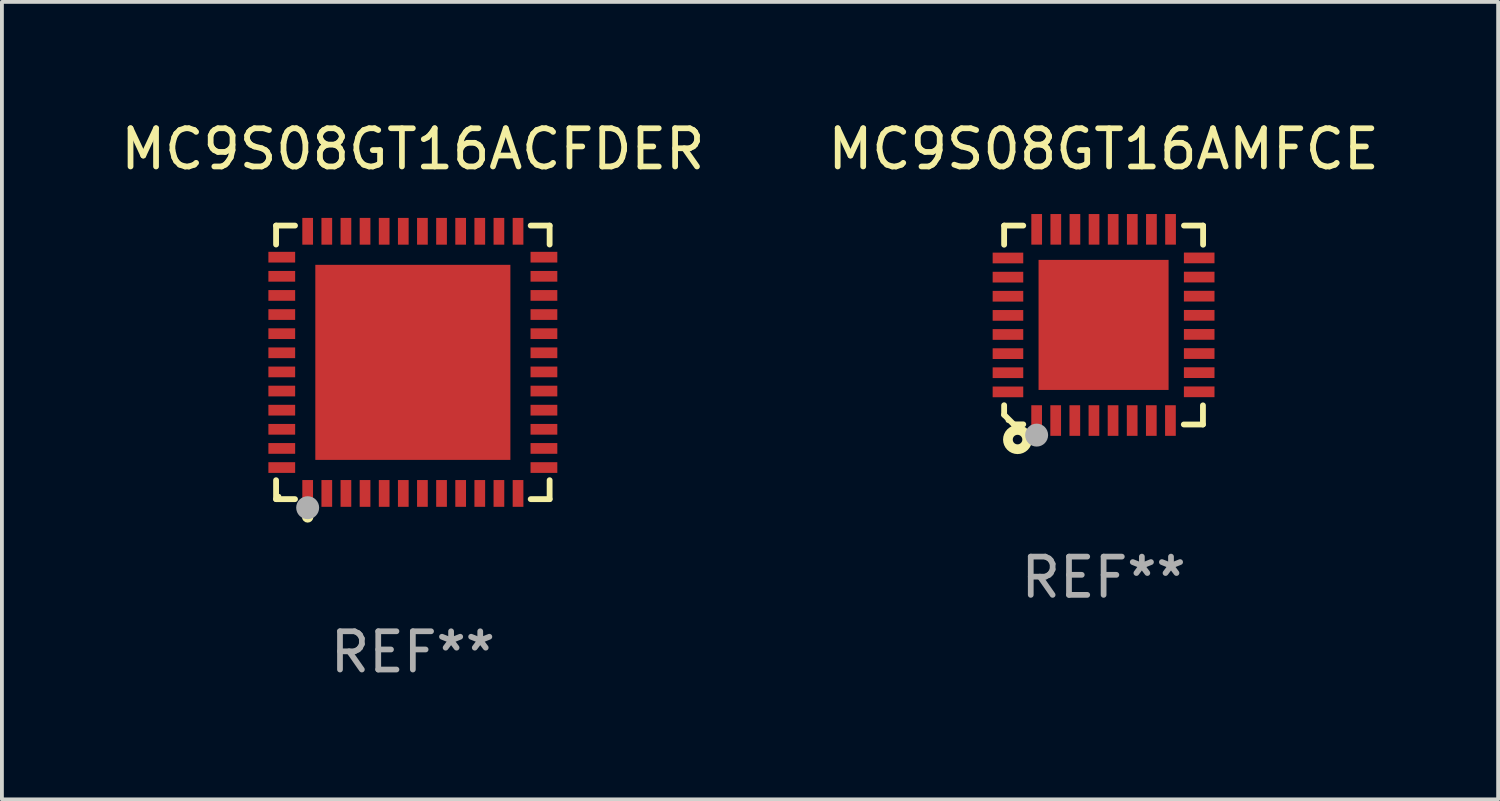
<source format=kicad_pcb>
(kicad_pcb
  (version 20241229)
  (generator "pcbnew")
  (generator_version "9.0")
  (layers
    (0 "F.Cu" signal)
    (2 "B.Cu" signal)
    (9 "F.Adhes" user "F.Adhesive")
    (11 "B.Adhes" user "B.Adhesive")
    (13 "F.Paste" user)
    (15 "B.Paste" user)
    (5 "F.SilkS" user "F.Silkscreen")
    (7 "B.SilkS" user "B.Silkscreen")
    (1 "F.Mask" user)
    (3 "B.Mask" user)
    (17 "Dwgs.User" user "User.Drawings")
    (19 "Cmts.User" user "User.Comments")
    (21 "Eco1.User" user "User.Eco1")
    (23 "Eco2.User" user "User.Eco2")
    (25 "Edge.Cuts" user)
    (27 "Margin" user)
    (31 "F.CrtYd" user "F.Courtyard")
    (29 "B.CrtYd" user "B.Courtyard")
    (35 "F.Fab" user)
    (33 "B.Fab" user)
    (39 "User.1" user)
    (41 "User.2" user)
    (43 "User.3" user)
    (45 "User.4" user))
  (footprint "MC9S08GT16AMFCE"
    (layer "F.Cu")
    (at 25.804 5.448)
    (property "Reference" "MC9S08GT16AMFCE" (at 0 -4.6 0) (layer "F.SilkS") (effects (font (size 1 1) (thickness 0.15))))
    (attr through_hole)
    (fp_line (start -2.601 2.097) (end -2.601 2.347) (stroke (width 0.152) (type solid)) (layer "F.SilkS"))
    (fp_line (start -2.601 2.347) (end -2.351 2.597) (stroke (width 0.152) (type solid)) (layer "F.SilkS"))
    (fp_line (start -2.601 -2.6) (end -2.601 -2.1) (stroke (width 0.152) (type solid)) (layer "F.SilkS"))
    (fp_line (start -2.601 -2.6) (end -2.101 -2.6) (stroke (width 0.152) (type solid)) (layer "F.SilkS"))
    (fp_line (start -2.351 2.597) (end -2.101 2.597) (stroke (width 0.152) (type solid)) (layer "F.SilkS"))
    (fp_line (start 2.597 2.6) (end 2.097 2.6) (stroke (width 0.152) (type solid)) (layer "F.SilkS"))
    (fp_line (start 2.597 2.6) (end 2.597 2.1) (stroke (width 0.152) (type solid)) (layer "F.SilkS"))
    (fp_line (start 2.601 -2.6) (end 2.101 -2.6) (stroke (width 0.152) (type solid)) (layer "F.SilkS"))
    (fp_line (start 2.601 -2.6) (end 2.601 -2.1) (stroke (width 0.152) (type solid)) (layer "F.SilkS"))
    (fp_circle (center -2.501 2.497) (end -2.471 2.497) (stroke (width 0.06) (type solid)) (fill no) (layer "F.SilkS"))
    (fp_circle (center -2.25 2.995) (end -2.125 2.995) (stroke (width 0.254) (type solid)) (fill no) (layer "F.SilkS"))
    (fp_circle (center -1.751 2.878) (end -1.601 2.878) (stroke (width 0.3) (type solid)) (fill no) (layer "F.Fab"))
    (fp_text user "REF**" (at 0 6.6 0) (layer "F.Fab") (effects (font (size 1 1) (thickness 0.15))))
    (pad "1" smd rect (at -1.751 2.497) (size 0.28 0.8) (layers "F.Cu" "F.Mask" "F.Paste"))
    (pad "2" smd rect (at -1.253 2.497) (size 0.28 0.8) (layers "F.Cu" "F.Mask" "F.Paste"))
    (pad "3" smd rect (at -0.753 2.497) (size 0.28 0.8) (layers "F.Cu" "F.Mask" "F.Paste"))
    (pad "4" smd rect (at -0.253 2.497) (size 0.28 0.8) (layers "F.Cu" "F.Mask" "F.Paste"))
    (pad "5" smd rect (at 0.247 2.497) (size 0.28 0.8) (layers "F.Cu" "F.Mask" "F.Paste"))
    (pad "6" smd rect (at 0.747 2.497) (size 0.28 0.8) (layers "F.Cu" "F.Mask" "F.Paste"))
    (pad "7" smd rect (at 1.247 2.497) (size 0.28 0.8) (layers "F.Cu" "F.Mask" "F.Paste"))
    (pad "8" smd rect (at 1.747 2.497) (size 0.28 0.8) (layers "F.Cu" "F.Mask" "F.Paste"))
    (pad "9" smd rect (at 2.499 1.746) (size 0.8 0.28) (layers "F.Cu" "F.Mask" "F.Paste"))
    (pad "10" smd rect (at 2.499 1.245) (size 0.8 0.28) (layers "F.Cu" "F.Mask" "F.Paste"))
    (pad "11" smd rect (at 2.499 0.746) (size 0.8 0.28) (layers "F.Cu" "F.Mask" "F.Paste"))
    (pad "12" smd rect (at 2.499 0.245) (size 0.8 0.28) (layers "F.Cu" "F.Mask" "F.Paste"))
    (pad "13" smd rect (at 2.499 -0.254) (size 0.8 0.28) (layers "F.Cu" "F.Mask" "F.Paste"))
    (pad "14" smd rect (at 2.499 -0.755) (size 0.8 0.28) (layers "F.Cu" "F.Mask" "F.Paste"))
    (pad "15" smd rect (at 2.499 -1.254) (size 0.8 0.28) (layers "F.Cu" "F.Mask" "F.Paste"))
    (pad "16" smd rect (at 2.499 -1.755) (size 0.8 0.28) (layers "F.Cu" "F.Mask" "F.Paste"))
    (pad "17" smd rect (at 1.75 -2.502) (size 0.28 0.8) (layers "F.Cu" "F.Mask" "F.Paste"))
    (pad "18" smd rect (at 1.25 -2.502) (size 0.28 0.8) (layers "F.Cu" "F.Mask" "F.Paste"))
    (pad "19" smd rect (at 0.75 -2.502) (size 0.28 0.8) (layers "F.Cu" "F.Mask" "F.Paste"))
    (pad "20" smd rect (at 0.25 -2.502) (size 0.28 0.8) (layers "F.Cu" "F.Mask" "F.Paste"))
    (pad "21" smd rect (at -0.25 -2.502) (size 0.28 0.8) (layers "F.Cu" "F.Mask" "F.Paste"))
    (pad "22" smd rect (at -0.75 -2.502) (size 0.28 0.8) (layers "F.Cu" "F.Mask" "F.Paste"))
    (pad "23" smd rect (at -1.25 -2.502) (size 0.28 0.8) (layers "F.Cu" "F.Mask" "F.Paste"))
    (pad "24" smd rect (at -1.75 -2.502) (size 0.28 0.8) (layers "F.Cu" "F.Mask" "F.Paste"))
    (pad "25" smd rect (at -2.501 -1.753) (size 0.8 0.28) (layers "F.Cu" "F.Mask" "F.Paste"))
    (pad "26" smd rect (at -2.501 -1.252) (size 0.8 0.28) (layers "F.Cu" "F.Mask" "F.Paste"))
    (pad "27" smd rect (at -2.501 -0.753) (size 0.8 0.28) (layers "F.Cu" "F.Mask" "F.Paste"))
    (pad "28" smd rect (at -2.501 -0.252) (size 0.8 0.28) (layers "F.Cu" "F.Mask" "F.Paste"))
    (pad "29" smd rect (at -2.501 0.247) (size 0.8 0.28) (layers "F.Cu" "F.Mask" "F.Paste"))
    (pad "30" smd rect (at -2.501 0.748) (size 0.8 0.28) (layers "F.Cu" "F.Mask" "F.Paste"))
    (pad "31" smd rect (at -2.501 1.247) (size 0.8 0.28) (layers "F.Cu" "F.Mask" "F.Paste"))
    (pad "32" smd rect (at -2.501 1.748) (size 0.8 0.28) (layers "F.Cu" "F.Mask" "F.Paste"))
    (pad "33" smd rect (at -0.001 -0.003 180) (size 3.4 3.4) (layers "F.Cu" "F.Mask" "F.Paste")))
  (footprint "MC9S08GT16ACFDER"
    (layer "F.Cu")
    (at 7.744 6.424)
    (property "Reference" "MC9S08GT16ACFDER" (at 0 -5.576 0) (layer "F.SilkS") (effects (font (size 1 1) (thickness 0.15))))
    (attr through_hole)
    (fp_line (start -3.576 -3.576) (end -3.081 -3.576) (stroke (width 0.152) (type solid)) (layer "F.SilkS"))
    (fp_line (start -3.576 -3.081) (end -3.576 -3.576) (stroke (width 0.152) (type solid)) (layer "F.SilkS"))
    (fp_line (start -3.576 3.081) (end -3.576 3.576) (stroke (width 0.152) (type solid)) (layer "F.SilkS"))
    (fp_line (start -3.576 3.576) (end -3.081 3.576) (stroke (width 0.152) (type solid)) (layer "F.SilkS"))
    (fp_line (start 3.576 -3.576) (end 3.081 -3.576) (stroke (width 0.152) (type solid)) (layer "F.SilkS"))
    (fp_line (start 3.576 -3.081) (end 3.576 -3.576) (stroke (width 0.152) (type solid)) (layer "F.SilkS"))
    (fp_line (start 3.576 3.081) (end 3.576 3.576) (stroke (width 0.152) (type solid)) (layer "F.SilkS"))
    (fp_line (start 3.576 3.576) (end 3.081 3.576) (stroke (width 0.152) (type solid)) (layer "F.SilkS"))
    (fp_circle (center -3.5 3.5) (end -3.47 3.5) (stroke (width 0.06) (type solid)) (fill no) (layer "F.SilkS"))
    (fp_circle (center -2.75 4.04) (end -2.675 4.04) (stroke (width 0.15) (type solid)) (fill no) (layer "F.SilkS"))
    (fp_circle (center -2.75 3.8) (end -2.6 3.8) (stroke (width 0.3) (type solid)) (fill no) (layer "F.Fab"))
    (fp_text user "REF**" (at 0 7.576 0) (layer "F.Fab") (effects (font (size 1 1) (thickness 0.15))))
    (pad "1" smd rect (at -2.75 3.427) (size 0.28 0.7) (layers "F.Cu" "F.Mask" "F.Paste"))
    (pad "2" smd rect (at -2.25 3.427) (size 0.28 0.7) (layers "F.Cu" "F.Mask" "F.Paste"))
    (pad "3" smd rect (at -1.75 3.427) (size 0.28 0.7) (layers "F.Cu" "F.Mask" "F.Paste"))
    (pad "4" smd rect (at -1.25 3.427) (size 0.28 0.7) (layers "F.Cu" "F.Mask" "F.Paste"))
    (pad "5" smd rect (at -0.75 3.427) (size 0.28 0.7) (layers "F.Cu" "F.Mask" "F.Paste"))
    (pad "6" smd rect (at -0.25 3.427) (size 0.28 0.7) (layers "F.Cu" "F.Mask" "F.Paste"))
    (pad "7" smd rect (at 0.25 3.427) (size 0.28 0.7) (layers "F.Cu" "F.Mask" "F.Paste"))
    (pad "8" smd rect (at 0.75 3.427) (size 0.28 0.7) (layers "F.Cu" "F.Mask" "F.Paste"))
    (pad "9" smd rect (at 1.25 3.427) (size 0.28 0.7) (layers "F.Cu" "F.Mask" "F.Paste"))
    (pad "10" smd rect (at 1.75 3.427) (size 0.28 0.7) (layers "F.Cu" "F.Mask" "F.Paste"))
    (pad "11" smd rect (at 2.25 3.427) (size 0.28 0.7) (layers "F.Cu" "F.Mask" "F.Paste"))
    (pad "12" smd rect (at 2.75 3.427) (size 0.28 0.7) (layers "F.Cu" "F.Mask" "F.Paste"))
    (pad "13" smd rect (at 3.427 2.75) (size 0.7 0.28) (layers "F.Cu" "F.Mask" "F.Paste"))
    (pad "14" smd rect (at 3.427 2.25) (size 0.7 0.28) (layers "F.Cu" "F.Mask" "F.Paste"))
    (pad "15" smd rect (at 3.427 1.75) (size 0.7 0.28) (layers "F.Cu" "F.Mask" "F.Paste"))
    (pad "16" smd rect (at 3.427 1.25) (size 0.7 0.28) (layers "F.Cu" "F.Mask" "F.Paste"))
    (pad "17" smd rect (at 3.427 0.75) (size 0.7 0.28) (layers "F.Cu" "F.Mask" "F.Paste"))
    (pad "18" smd rect (at 3.427 0.25) (size 0.7 0.28) (layers "F.Cu" "F.Mask" "F.Paste"))
    (pad "19" smd rect (at 3.427 -0.25) (size 0.7 0.28) (layers "F.Cu" "F.Mask" "F.Paste"))
    (pad "20" smd rect (at 3.427 -0.75) (size 0.7 0.28) (layers "F.Cu" "F.Mask" "F.Paste"))
    (pad "21" smd rect (at 3.427 -1.25) (size 0.7 0.28) (layers "F.Cu" "F.Mask" "F.Paste"))
    (pad "22" smd rect (at 3.427 -1.75) (size 0.7 0.28) (layers "F.Cu" "F.Mask" "F.Paste"))
    (pad "23" smd rect (at 3.427 -2.25) (size 0.7 0.28) (layers "F.Cu" "F.Mask" "F.Paste"))
    (pad "24" smd rect (at 3.427 -2.75) (size 0.7 0.28) (layers "F.Cu" "F.Mask" "F.Paste"))
    (pad "25" smd rect (at 2.75 -3.427) (size 0.28 0.7) (layers "F.Cu" "F.Mask" "F.Paste"))
    (pad "26" smd rect (at 2.25 -3.427) (size 0.28 0.7) (layers "F.Cu" "F.Mask" "F.Paste"))
    (pad "27" smd rect (at 1.75 -3.427) (size 0.28 0.7) (layers "F.Cu" "F.Mask" "F.Paste"))
    (pad "28" smd rect (at 1.25 -3.427) (size 0.28 0.7) (layers "F.Cu" "F.Mask" "F.Paste"))
    (pad "29" smd rect (at 0.75 -3.427) (size 0.28 0.7) (layers "F.Cu" "F.Mask" "F.Paste"))
    (pad "30" smd rect (at 0.25 -3.427) (size 0.28 0.7) (layers "F.Cu" "F.Mask" "F.Paste"))
    (pad "31" smd rect (at -0.25 -3.427) (size 0.28 0.7) (layers "F.Cu" "F.Mask" "F.Paste"))
    (pad "32" smd rect (at -0.75 -3.427) (size 0.28 0.7) (layers "F.Cu" "F.Mask" "F.Paste"))
    (pad "33" smd rect (at -1.25 -3.427) (size 0.28 0.7) (layers "F.Cu" "F.Mask" "F.Paste"))
    (pad "34" smd rect (at -1.75 -3.427) (size 0.28 0.7) (layers "F.Cu" "F.Mask" "F.Paste"))
    (pad "35" smd rect (at -2.25 -3.427) (size 0.28 0.7) (layers "F.Cu" "F.Mask" "F.Paste"))
    (pad "36" smd rect (at -2.75 -3.427) (size 0.28 0.7) (layers "F.Cu" "F.Mask" "F.Paste"))
    (pad "37" smd rect (at -3.427 -2.75) (size 0.7 0.28) (layers "F.Cu" "F.Mask" "F.Paste"))
    (pad "38" smd rect (at -3.427 -2.25) (size 0.7 0.28) (layers "F.Cu" "F.Mask" "F.Paste"))
    (pad "39" smd rect (at -3.427 -1.75) (size 0.7 0.28) (layers "F.Cu" "F.Mask" "F.Paste"))
    (pad "40" smd rect (at -3.427 -1.25) (size 0.7 0.28) (layers "F.Cu" "F.Mask" "F.Paste"))
    (pad "41" smd rect (at -3.427 -0.75) (size 0.7 0.28) (layers "F.Cu" "F.Mask" "F.Paste"))
    (pad "42" smd rect (at -3.427 -0.25) (size 0.7 0.28) (layers "F.Cu" "F.Mask" "F.Paste"))
    (pad "43" smd rect (at -3.427 0.25) (size 0.7 0.28) (layers "F.Cu" "F.Mask" "F.Paste"))
    (pad "44" smd rect (at -3.427 0.75) (size 0.7 0.28) (layers "F.Cu" "F.Mask" "F.Paste"))
    (pad "45" smd rect (at -3.427 1.25) (size 0.7 0.28) (layers "F.Cu" "F.Mask" "F.Paste"))
    (pad "46" smd rect (at -3.427 1.75) (size 0.7 0.28) (layers "F.Cu" "F.Mask" "F.Paste"))
    (pad "47" smd rect (at -3.427 2.25) (size 0.7 0.28) (layers "F.Cu" "F.Mask" "F.Paste"))
    (pad "48" smd rect (at -3.427 2.75) (size 0.7 0.28) (layers "F.Cu" "F.Mask" "F.Paste"))
    (pad "49" smd rect (at 0 0) (size 5.1 5.1) (layers "F.Cu" "F.Mask" "F.Paste")))
  (gr_rect
    (start -3 -3)
    (end 36.119 17.849)
    (stroke (width 0.1) (type default))
    (fill no)
    (layer "Edge.Cuts")))
</source>
